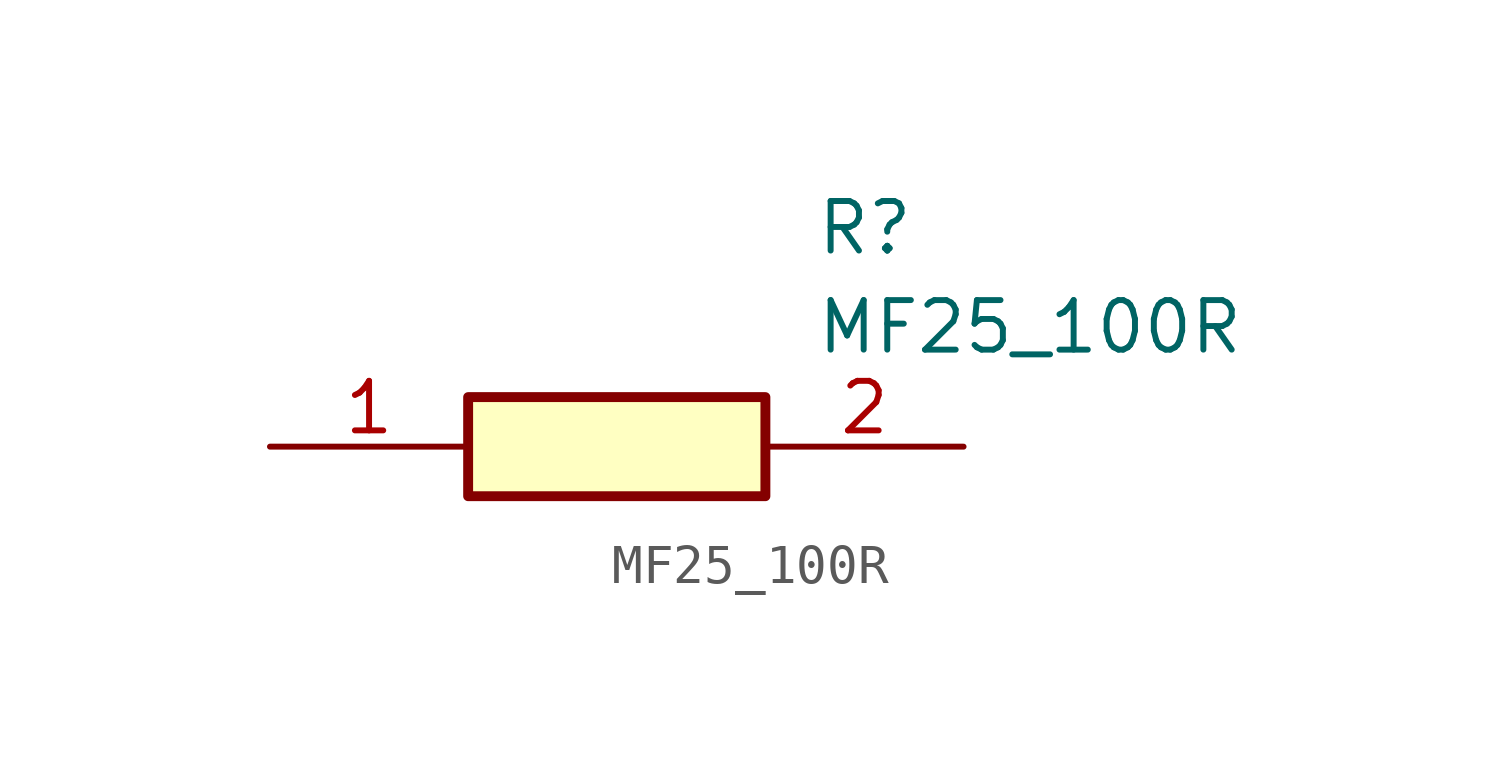
<source format=kicad_sym>
(kicad_symbol_lib
  (version 20211014)
  (generator SamacSys_ECAD_Model)
  (symbol "MF25_100R"
    (pin_names hide)
    (property "Reference" "R"
      (at 13.97 6.35 0)
      (effects (font (size 1.27 1.27)) (justify left top)))
    (property "Value" "MF25_100R"
      (at 13.97 3.81 0)
      (effects (font (size 1.27 1.27)) (justify left top)))
    (rectangle
      (start 5.08 1.27)
      (end 12.7 -1.27)
      (stroke (width 0.254) (type default))
      (fill (type background)))
    (pin passive line
      (at 0 0 0)
      (length 5.08)
      (name "1" (effects (font (size 1.27 1.27))))
      (number "1" (effects (font (size 1.27 1.27)))))
    (pin passive line
      (at 17.78 0 180)
      (length 5.08)
      (name "2" (effects (font (size 1.27 1.27))))
      (number "2" (effects (font (size 1.27 1.27)))))))
</source>
